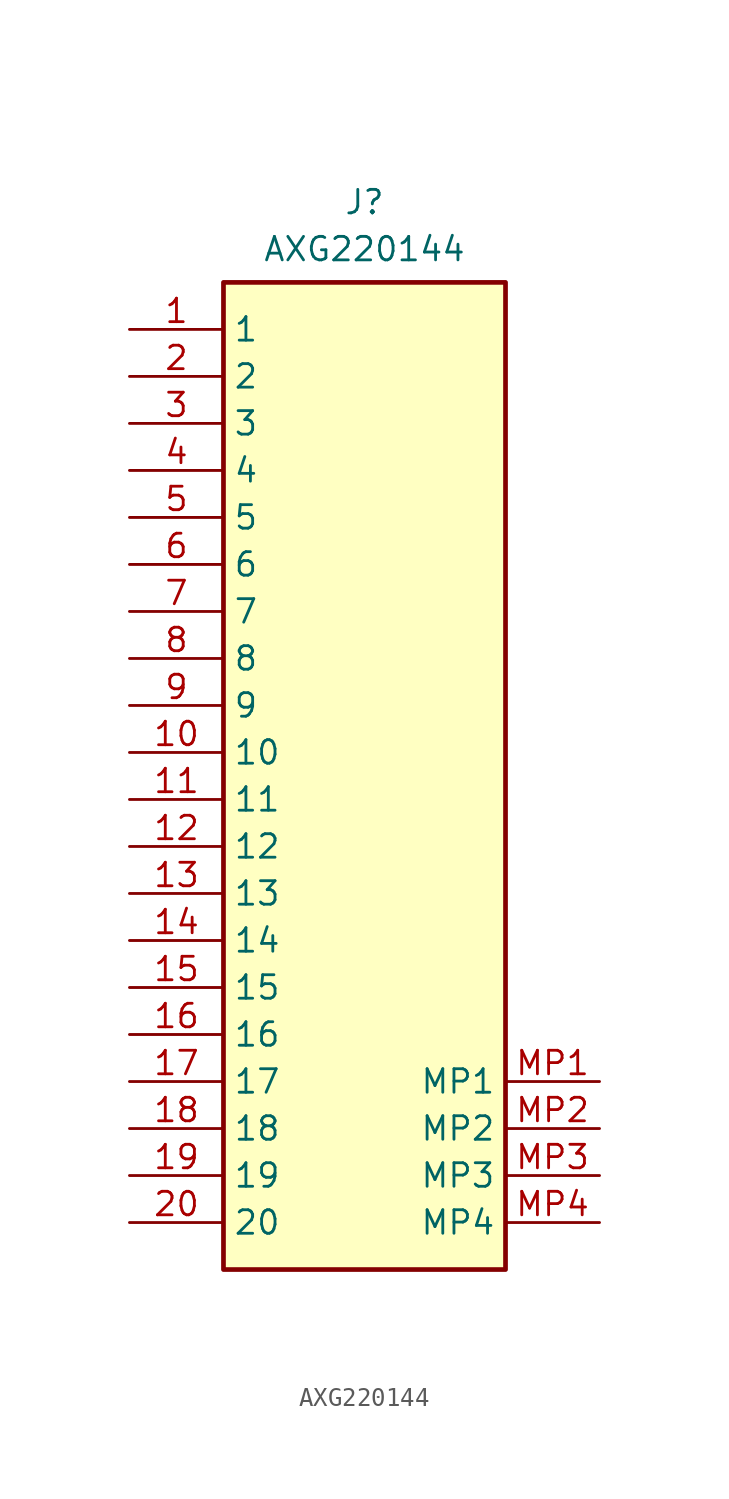
<source format=kicad_sym>
(kicad_symbol_lib
  (version 20220914)
  (generator kicad_symbol_editor)
  (symbol "AXG220144"
    (property "Reference" "J"
      (at 0 30.48 0)
      (effects (font (size 1.27 1.27)) (justify top)))
    (property "Value" "AXG220144"
      (at 0 27.94 0)
      (effects (font (size 1.27 1.27)) (justify top)))
    (symbol "AXG220144_1_1"
      (rectangle (start -7.62 25.4) (end 7.62 -27.94) (stroke (width 0.254) (type default)) (fill (type background)))
      (pin passive line (at -12.7 22.86 0) (length 5.08) (name "1" (effects (font (size 1.27 1.27)))) (number "1" (effects (font (size 1.27 1.27)))))
      (pin passive line (at -12.7 0 0) (length 5.08) (name "10" (effects (font (size 1.27 1.27)))) (number "10" (effects (font (size 1.27 1.27)))))
      (pin passive line (at -12.7 -2.54 0) (length 5.08) (name "11" (effects (font (size 1.27 1.27)))) (number "11" (effects (font (size 1.27 1.27)))))
      (pin passive line (at -12.7 -5.08 0) (length 5.08) (name "12" (effects (font (size 1.27 1.27)))) (number "12" (effects (font (size 1.27 1.27)))))
      (pin passive line (at -12.7 -7.62 0) (length 5.08) (name "13" (effects (font (size 1.27 1.27)))) (number "13" (effects (font (size 1.27 1.27)))))
      (pin passive line (at -12.7 -10.16 0) (length 5.08) (name "14" (effects (font (size 1.27 1.27)))) (number "14" (effects (font (size 1.27 1.27)))))
      (pin passive line (at -12.7 -12.7 0) (length 5.08) (name "15" (effects (font (size 1.27 1.27)))) (number "15" (effects (font (size 1.27 1.27)))))
      (pin passive line (at -12.7 -15.24 0) (length 5.08) (name "16" (effects (font (size 1.27 1.27)))) (number "16" (effects (font (size 1.27 1.27)))))
      (pin passive line (at -12.7 -17.78 0) (length 5.08) (name "17" (effects (font (size 1.27 1.27)))) (number "17" (effects (font (size 1.27 1.27)))))
      (pin passive line (at -12.7 -20.32 0) (length 5.08) (name "18" (effects (font (size 1.27 1.27)))) (number "18" (effects (font (size 1.27 1.27)))))
      (pin passive line (at -12.7 -22.86 0) (length 5.08) (name "19" (effects (font (size 1.27 1.27)))) (number "19" (effects (font (size 1.27 1.27)))))
      (pin passive line (at -12.7 20.32 0) (length 5.08) (name "2" (effects (font (size 1.27 1.27)))) (number "2" (effects (font (size 1.27 1.27)))))
      (pin passive line (at -12.7 -25.4 0) (length 5.08) (name "20" (effects (font (size 1.27 1.27)))) (number "20" (effects (font (size 1.27 1.27)))))
      (pin passive line (at -12.7 17.78 0) (length 5.08) (name "3" (effects (font (size 1.27 1.27)))) (number "3" (effects (font (size 1.27 1.27)))))
      (pin passive line (at -12.7 15.24 0) (length 5.08) (name "4" (effects (font (size 1.27 1.27)))) (number "4" (effects (font (size 1.27 1.27)))))
      (pin passive line (at -12.7 12.7 0) (length 5.08) (name "5" (effects (font (size 1.27 1.27)))) (number "5" (effects (font (size 1.27 1.27)))))
      (pin passive line (at -12.7 10.16 0) (length 5.08) (name "6" (effects (font (size 1.27 1.27)))) (number "6" (effects (font (size 1.27 1.27)))))
      (pin passive line (at -12.7 7.62 0) (length 5.08) (name "7" (effects (font (size 1.27 1.27)))) (number "7" (effects (font (size 1.27 1.27)))))
      (pin passive line (at -12.7 5.08 0) (length 5.08) (name "8" (effects (font (size 1.27 1.27)))) (number "8" (effects (font (size 1.27 1.27)))))
      (pin passive line (at -12.7 2.54 0) (length 5.08) (name "9" (effects (font (size 1.27 1.27)))) (number "9" (effects (font (size 1.27 1.27)))))
      (pin passive line (at 12.7 -17.78 180) (length 5.08) (name "MP1" (effects (font (size 1.27 1.27)))) (number "MP1" (effects (font (size 1.27 1.27)))))
      (pin passive line (at 12.7 -20.32 180) (length 5.08) (name "MP2" (effects (font (size 1.27 1.27)))) (number "MP2" (effects (font (size 1.27 1.27)))))
      (pin passive line (at 12.7 -22.86 180) (length 5.08) (name "MP3" (effects (font (size 1.27 1.27)))) (number "MP3" (effects (font (size 1.27 1.27)))))
      (pin passive line (at 12.7 -25.4 180) (length 5.08) (name "MP4" (effects (font (size 1.27 1.27)))) (number "MP4" (effects (font (size 1.27 1.27))))))))
</source>
